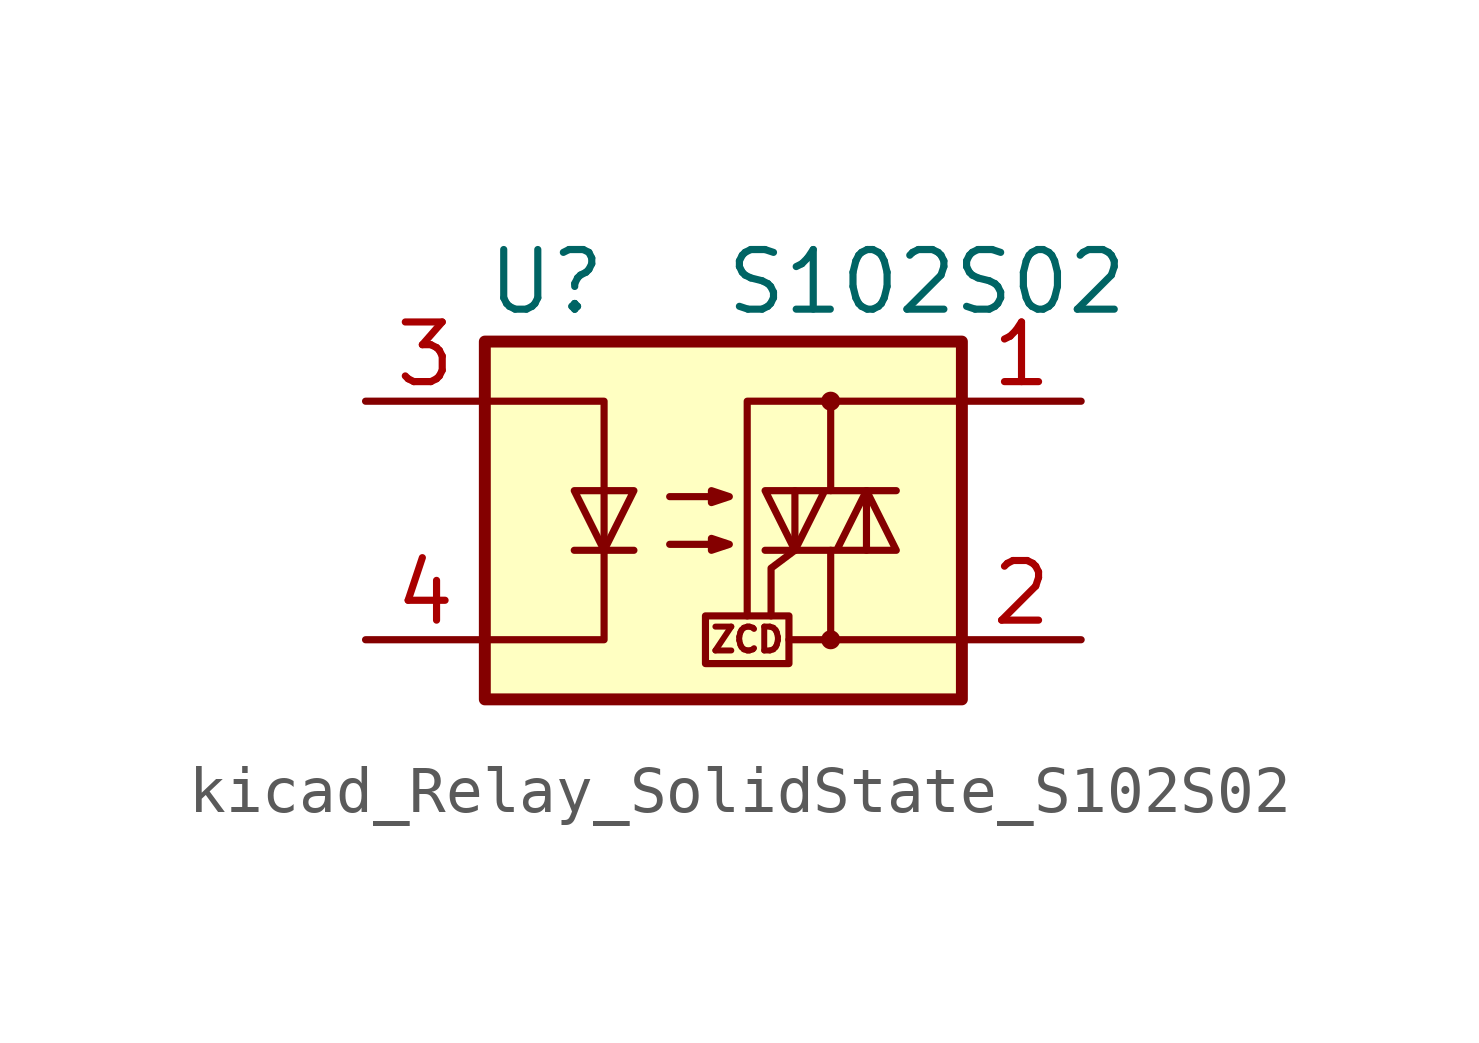
<source format=kicad_sym>
(kicad_symbol_lib
  (version 20220914)
  (generator kicad_symbol_editor)
  (symbol "kicad_Relay_SolidState_S102S02"
    (property "Reference" "U"
      (at -5.08 5.08 0)
      (effects (font (size 1.27 1.27)) (justify left)))
    (property "Value" "S102S02"
      (at 0 5.08 0)
      (effects (font (size 1.27 1.27)) (justify left)))
    (symbol "kicad_Relay_SolidState_S102S02_0_0"
      (rectangle (start -0.381 -2.032) (end 1.397 -3.048) (stroke (width 0) (type default)) (fill (type none)))
      (polyline (pts (xy 2.286 -2.54) (xy 1.397 -2.54)) (stroke (width 0) (type default)) (fill (type none)))
      (polyline (pts (xy 1.524 -0.635) (xy 1.016 -1.016) (xy 1.016 -2.032)) (stroke (width 0) (type default)) (fill (type none)))
      (text "ZCD" (at 0.508 -2.54 0) (effects (font (size 0.508 0.508)))))
    (symbol "kicad_Relay_SolidState_S102S02_0_1"
      (rectangle (start -5.08 3.81) (end 5.08 -3.81) (stroke (width 0.254) (type default)) (fill (type background)))
      (polyline (pts (xy -3.175 -0.635) (xy -1.905 -0.635)) (stroke (width 0) (type default)) (fill (type none)))
      (polyline (pts (xy 1.524 -0.635) (xy 1.524 0.635)) (stroke (width 0) (type default)) (fill (type none)))
      (polyline (pts (xy 3.048 0.635) (xy 3.048 -0.635)) (stroke (width 0) (type default)) (fill (type none)))
      (polyline (pts (xy 2.286 -0.635) (xy 2.286 -2.54) (xy 5.08 -2.54)) (stroke (width 0) (type default)) (fill (type none)))
      (polyline (pts (xy 2.286 0.635) (xy 2.286 2.54) (xy 5.08 2.54)) (stroke (width 0) (type default)) (fill (type none)))
      (polyline (pts (xy 2.286 2.54) (xy 0.508 2.54) (xy 0.508 -2.032)) (stroke (width 0) (type default)) (fill (type none)))
      (polyline (pts (xy -5.08 2.54) (xy -2.54 2.54) (xy -2.54 -2.54) (xy -5.08 -2.54)) (stroke (width 0) (type default)) (fill (type none)))
      (polyline (pts (xy -2.54 -0.635) (xy -3.175 0.635) (xy -1.905 0.635) (xy -2.54 -0.635)) (stroke (width 0) (type default)) (fill (type none)))
      (polyline (pts (xy 0.889 -0.635) (xy 3.683 -0.635) (xy 3.048 0.635) (xy 2.413 -0.635)) (stroke (width 0) (type default)) (fill (type none)))
      (polyline (pts (xy 3.683 0.635) (xy 0.889 0.635) (xy 1.524 -0.635) (xy 2.159 0.635)) (stroke (width 0) (type default)) (fill (type none)))
      (polyline (pts (xy -1.143 -0.508) (xy 0.127 -0.508) (xy -0.254 -0.635) (xy -0.254 -0.381) (xy 0.127 -0.508)) (stroke (width 0) (type default)) (fill (type none)))
      (polyline (pts (xy -1.143 0.508) (xy 0.127 0.508) (xy -0.254 0.381) (xy -0.254 0.635) (xy 0.127 0.508)) (stroke (width 0) (type default)) (fill (type none)))
      (circle (center 2.286 -2.54) (radius 0.127) (stroke (width 0) (type default)) (fill (type none)))
      (circle (center 2.286 2.54) (radius 0.127) (stroke (width 0) (type default)) (fill (type none))))
    (symbol "kicad_Relay_SolidState_S102S02_1_1"
      (pin passive line (at 7.62 2.54 180) (length 2.54) (name "~" (effects (font (size 1.27 1.27)))) (number "1" (effects (font (size 1.27 1.27)))))
      (pin passive line (at 7.62 -2.54 180) (length 2.54) (name "~" (effects (font (size 1.27 1.27)))) (number "2" (effects (font (size 1.27 1.27)))))
      (pin passive line (at -7.62 2.54 0) (length 2.54) (name "~" (effects (font (size 1.27 1.27)))) (number "3" (effects (font (size 1.27 1.27)))))
      (pin passive line (at -7.62 -2.54 0) (length 2.54) (name "~" (effects (font (size 1.27 1.27)))) (number "4" (effects (font (size 1.27 1.27))))))))
</source>
